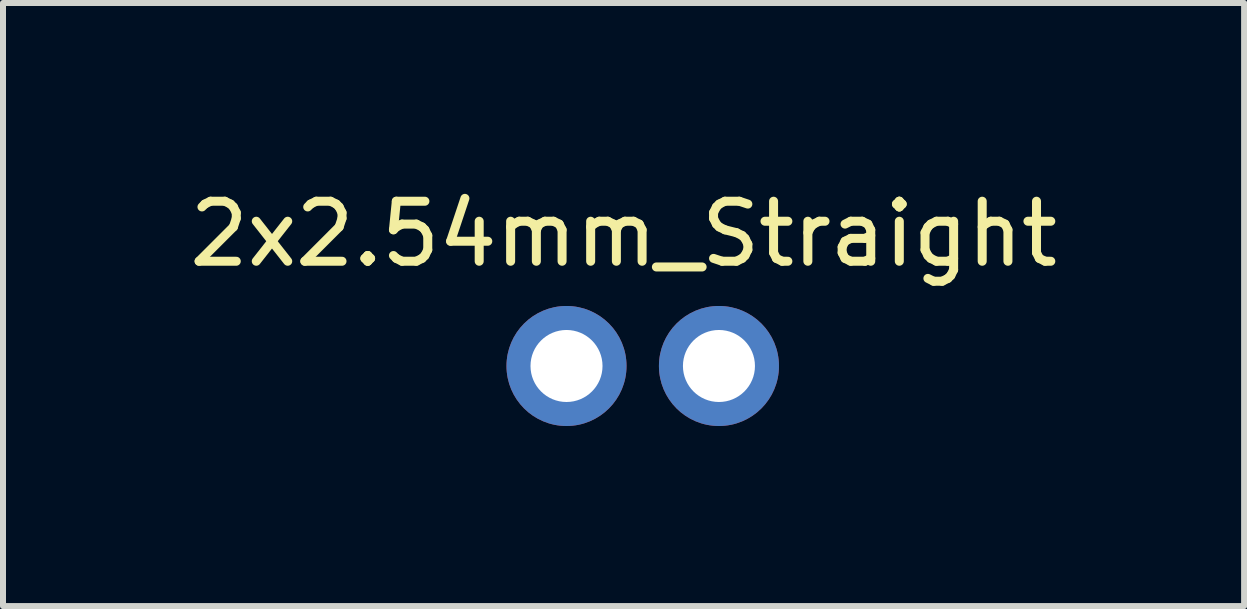
<source format=kicad_pcb>
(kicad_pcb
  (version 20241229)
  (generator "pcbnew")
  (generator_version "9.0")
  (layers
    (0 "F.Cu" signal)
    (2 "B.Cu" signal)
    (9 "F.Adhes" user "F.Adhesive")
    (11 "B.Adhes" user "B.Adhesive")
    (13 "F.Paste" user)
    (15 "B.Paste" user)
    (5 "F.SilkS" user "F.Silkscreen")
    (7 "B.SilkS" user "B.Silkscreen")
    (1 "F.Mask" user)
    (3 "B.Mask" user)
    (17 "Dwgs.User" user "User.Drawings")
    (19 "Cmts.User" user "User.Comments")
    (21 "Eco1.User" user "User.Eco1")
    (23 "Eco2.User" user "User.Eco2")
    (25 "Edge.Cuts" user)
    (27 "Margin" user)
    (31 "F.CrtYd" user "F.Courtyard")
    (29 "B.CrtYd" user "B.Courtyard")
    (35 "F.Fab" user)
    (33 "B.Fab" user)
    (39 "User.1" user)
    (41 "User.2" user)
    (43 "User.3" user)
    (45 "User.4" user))
  (footprint "2x2.54mm_Straight"
    (layer "F.Cu")
    (at 6.389 3.048)
    (property "Reference" "2x2.54mm_Straight" (at 0.95 -2.2 0) (layer "F.SilkS") (effects (font (size 1 1) (thickness 0.15))))
    (attr through_hole)
    (pad "1" thru_hole circle (at 0 0) (size 2 2) (drill 1.2) (layers "*.Cu" "*.Mask"))
    (pad "2" thru_hole circle (at 2.54 0) (size 2 2) (drill 1.2) (layers "*.Cu" "*.Mask")))
  (gr_rect
    (start -3 -3)
    (end 17.679 7.048)
    (stroke (width 0.1) (type default))
    (fill no)
    (layer "Edge.Cuts")))
</source>
